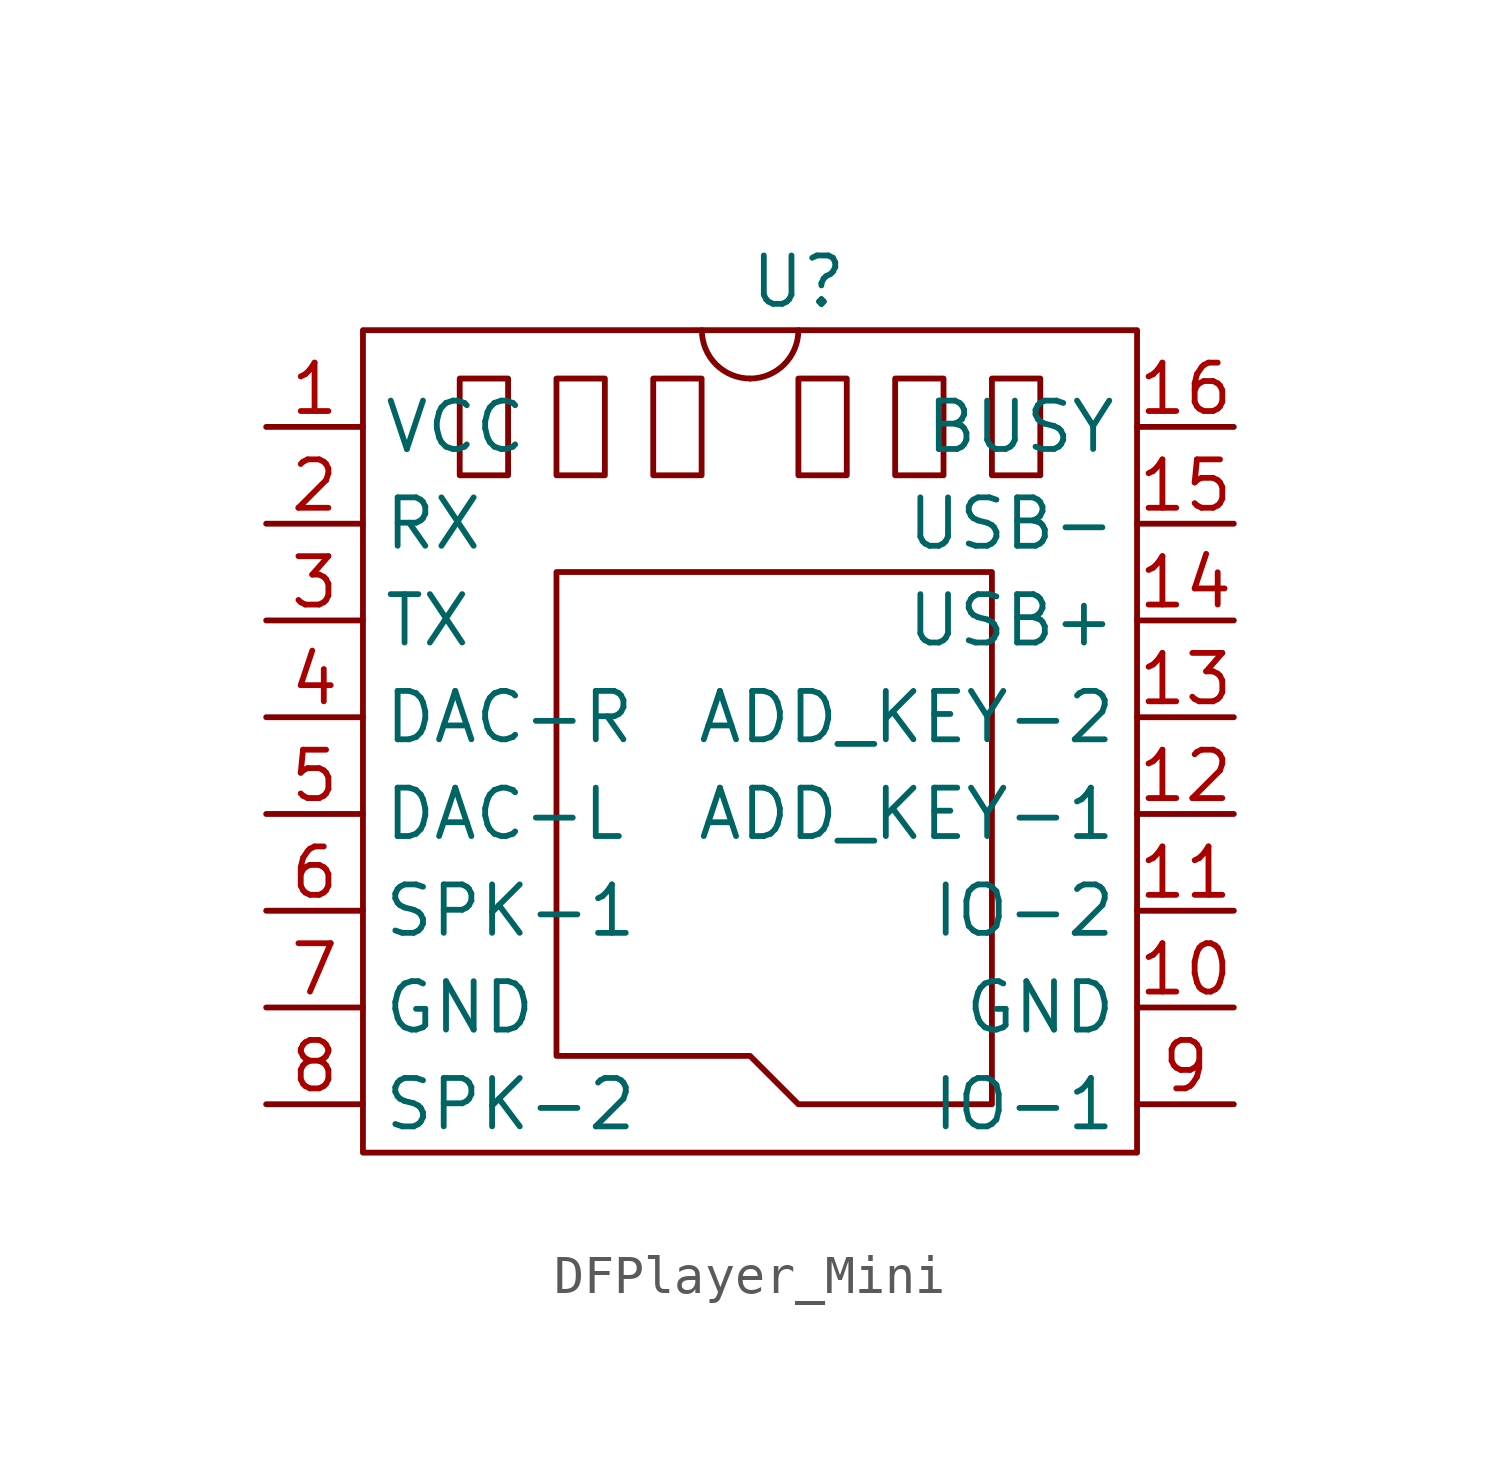
<source format=kicad_sym>
(kicad_symbol_lib
  (version 20220914)
  (generator kicad_symbol_editor)
  (symbol "DFPlayer_Mini"
    (property "Reference" "U"
      (at 1.27 1.27 0)
      (effects (font (size 1.27 1.27))))
    (property "Value" ""
      (at 0 0 0)
      (effects (font (size 1.27 1.27))))
    (symbol "DFPlayer_Mini_0_1"
      (rectangle (start -10.16 0) (end 10.16 -21.59) (stroke (width 0) (type default)) (fill (type none)))
      (arc (start -1.27 0) (mid -0.898 -0.898) (end 0 -1.27) (stroke (width 0) (type default)) (fill (type none)))
      (arc (start 0 -1.27) (mid 0.898 -0.898) (end 1.27 0) (stroke (width 0) (type default)) (fill (type none))))
    (symbol "DFPlayer_Mini_1_1"
      (rectangle (start -7.62 -1.27) (end -6.35 -3.81) (stroke (width 0) (type default) (color 132 0 0 0.42)) (fill (type none)))
      (rectangle (start -5.08 -1.27) (end -3.81 -3.81) (stroke (width 0) (type default) (color 132 0 0 0.42)) (fill (type none)))
      (rectangle (start -2.54 -1.27) (end -1.27 -3.81) (stroke (width 0) (type default) (color 132 0 0 0.42)) (fill (type none)))
      (polyline (pts (xy -5.08 -17.78) (xy -5.08 -6.35) (xy 6.35 -6.35) (xy 6.35 -20.32) (xy 1.27 -20.32) (xy 0 -19.05) (xy -5.08 -19.05) (xy -5.08 -17.78)) (stroke (width 0) (type default) (color 132 0 0 0.42)) (fill (type none)))
      (rectangle (start 1.27 -1.27) (end 2.54 -3.81) (stroke (width 0) (type default) (color 132 0 0 0.42)) (fill (type none)))
      (rectangle (start 3.81 -1.27) (end 5.08 -3.81) (stroke (width 0) (type default) (color 132 0 0 0.42)) (fill (type none)))
      (rectangle (start 6.35 -1.27) (end 7.62 -3.81) (stroke (width 0) (type default) (color 132 0 0 0.42)) (fill (type none)))
      (pin input line (at -12.7 -2.54 0) (length 2.54) (name "VCC" (effects (font (size 1.27 1.27)))) (number "1" (effects (font (size 1.27 1.27)))))
      (pin input line (at 12.7 -17.78 180) (length 2.54) (name "GND" (effects (font (size 1.27 1.27)))) (number "10" (effects (font (size 1.27 1.27)))))
      (pin input line (at 12.7 -15.24 180) (length 2.54) (name "IO-2" (effects (font (size 1.27 1.27)))) (number "11" (effects (font (size 1.27 1.27)))))
      (pin input line (at 12.7 -12.7 180) (length 2.54) (name "ADD_KEY-1" (effects (font (size 1.27 1.27)))) (number "12" (effects (font (size 1.27 1.27)))))
      (pin input line (at 12.7 -10.16 180) (length 2.54) (name "ADD_KEY-2" (effects (font (size 1.27 1.27)))) (number "13" (effects (font (size 1.27 1.27)))))
      (pin input line (at 12.7 -7.62 180) (length 2.54) (name "USB+" (effects (font (size 1.27 1.27)))) (number "14" (effects (font (size 1.27 1.27)))))
      (pin input line (at 12.7 -5.08 180) (length 2.54) (name "USB-" (effects (font (size 1.27 1.27)))) (number "15" (effects (font (size 1.27 1.27)))))
      (pin input line (at 12.7 -2.54 180) (length 2.54) (name "BUSY" (effects (font (size 1.27 1.27)))) (number "16" (effects (font (size 1.27 1.27)))))
      (pin input line (at -12.7 -5.08 0) (length 2.54) (name "RX" (effects (font (size 1.27 1.27)))) (number "2" (effects (font (size 1.27 1.27)))))
      (pin input line (at -12.7 -7.62 0) (length 2.54) (name "TX" (effects (font (size 1.27 1.27)))) (number "3" (effects (font (size 1.27 1.27)))))
      (pin input line (at -12.7 -10.16 0) (length 2.54) (name "DAC-R" (effects (font (size 1.27 1.27)))) (number "4" (effects (font (size 1.27 1.27)))))
      (pin input line (at -12.7 -12.7 0) (length 2.54) (name "DAC-L" (effects (font (size 1.27 1.27)))) (number "5" (effects (font (size 1.27 1.27)))))
      (pin input line (at -12.7 -15.24 0) (length 2.54) (name "SPK-1" (effects (font (size 1.27 1.27)))) (number "6" (effects (font (size 1.27 1.27)))))
      (pin input line (at -12.7 -17.78 0) (length 2.54) (name "GND" (effects (font (size 1.27 1.27)))) (number "7" (effects (font (size 1.27 1.27)))))
      (pin input line (at -12.7 -20.32 0) (length 2.54) (name "SPK-2" (effects (font (size 1.27 1.27)))) (number "8" (effects (font (size 1.27 1.27)))))
      (pin input line (at 12.7 -20.32 180) (length 2.54) (name "IO-1" (effects (font (size 1.27 1.27)))) (number "9" (effects (font (size 1.27 1.27))))))))
</source>
